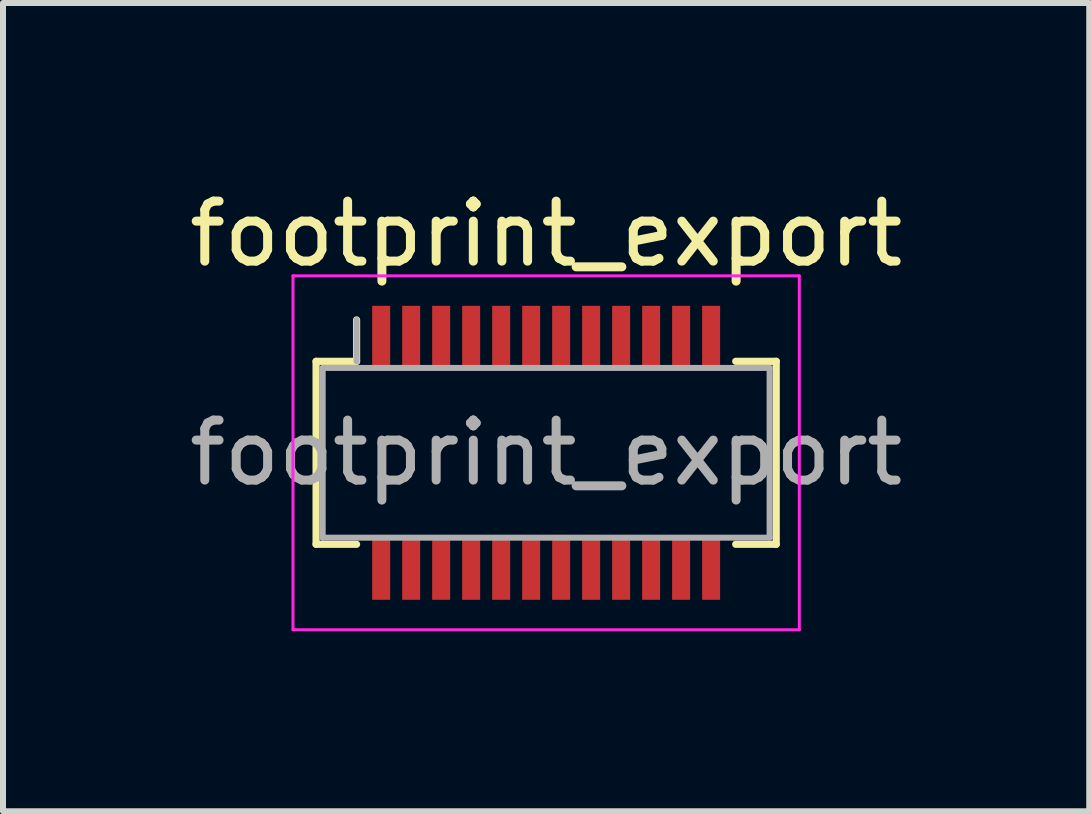
<source format=kicad_pcb>
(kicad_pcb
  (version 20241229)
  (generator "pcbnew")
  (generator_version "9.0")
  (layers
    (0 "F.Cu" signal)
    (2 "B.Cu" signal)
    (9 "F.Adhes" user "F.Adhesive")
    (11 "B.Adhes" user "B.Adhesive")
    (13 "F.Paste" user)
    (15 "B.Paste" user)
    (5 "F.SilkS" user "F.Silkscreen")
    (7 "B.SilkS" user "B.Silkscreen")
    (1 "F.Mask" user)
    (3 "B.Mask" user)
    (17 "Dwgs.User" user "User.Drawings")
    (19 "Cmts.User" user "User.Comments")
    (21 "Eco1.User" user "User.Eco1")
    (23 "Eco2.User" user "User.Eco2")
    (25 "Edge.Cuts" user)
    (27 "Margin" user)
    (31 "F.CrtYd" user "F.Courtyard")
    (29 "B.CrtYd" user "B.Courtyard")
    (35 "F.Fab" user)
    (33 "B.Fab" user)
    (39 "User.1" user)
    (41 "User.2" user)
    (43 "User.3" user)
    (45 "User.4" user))
  (footprint "footprint_export"
    (layer "F.Cu")
    (at 6.054 4.498)
    (property "Reference" "footprint_export" (at 0 -3.65 0) (layer "F.SilkS") (effects (font (size 1 1) (thickness 0.15))))
    (attr smd)
    (fp_line (start -3.835 -1.525) (end -3.16 -1.525) (stroke (width 0.12) (type solid)) (layer "F.SilkS"))
    (fp_line (start -3.835 1.525) (end -3.835 -1.525) (stroke (width 0.12) (type solid)) (layer "F.SilkS"))
    (fp_line (start -3.16 -1.525) (end -3.16 -2.215) (stroke (width 0.12) (type solid)) (layer "F.SilkS"))
    (fp_line (start -3.16 1.525) (end -3.835 1.525) (stroke (width 0.12) (type solid)) (layer "F.SilkS"))
    (fp_line (start 3.16 1.525) (end 3.835 1.525) (stroke (width 0.12) (type solid)) (layer "F.SilkS"))
    (fp_line (start 3.835 -1.525) (end 3.16 -1.525) (stroke (width 0.12) (type solid)) (layer "F.SilkS"))
    (fp_line (start 3.835 1.525) (end 3.835 -1.525) (stroke (width 0.12) (type solid)) (layer "F.SilkS"))
    (fp_line (start -4.22 -2.95) (end -4.22 2.95) (stroke (width 0.05) (type solid)) (layer "F.CrtYd"))
    (fp_line (start -4.22 2.95) (end 4.22 2.95) (stroke (width 0.05) (type solid)) (layer "F.CrtYd"))
    (fp_line (start 4.22 -2.95) (end -4.22 -2.95) (stroke (width 0.05) (type solid)) (layer "F.CrtYd"))
    (fp_line (start 4.22 2.95) (end 4.22 -2.95) (stroke (width 0.05) (type solid)) (layer "F.CrtYd"))
    (fp_line (start -3.725 -1.415) (end -3.725 1.415) (stroke (width 0.1) (type solid)) (layer "F.Fab"))
    (fp_line (start -3.725 1.415) (end 3.725 1.415) (stroke (width 0.1) (type solid)) (layer "F.Fab"))
    (fp_line (start -3.16 -1.525) (end -3.16 -2.215) (stroke (width 0.1) (type solid)) (layer "F.Fab"))
    (fp_line (start 3.725 -1.415) (end -3.725 -1.415) (stroke (width 0.1) (type solid)) (layer "F.Fab"))
    (fp_line (start 3.725 1.415) (end 3.725 -1.415) (stroke (width 0.1) (type solid)) (layer "F.Fab"))
    (fp_text user "${REFERENCE}" (at 0 0 0) (layer "F.Fab") (effects (font (size 1 1) (thickness 0.15))))
    (pad "1" smd rect (at -2.75 -1.95) (size 0.3 1) (layers "F.Cu" "F.Mask" "F.Paste"))
    (pad "2" smd rect (at -2.75 1.95) (size 0.3 1) (layers "F.Cu" "F.Mask" "F.Paste"))
    (pad "3" smd rect (at -2.25 -1.95) (size 0.3 1) (layers "F.Cu" "F.Mask" "F.Paste"))
    (pad "4" smd rect (at -2.25 1.95) (size 0.3 1) (layers "F.Cu" "F.Mask" "F.Paste"))
    (pad "5" smd rect (at -1.75 -1.95) (size 0.3 1) (layers "F.Cu" "F.Mask" "F.Paste"))
    (pad "6" smd rect (at -1.75 1.95) (size 0.3 1) (layers "F.Cu" "F.Mask" "F.Paste"))
    (pad "7" smd rect (at -1.25 -1.95) (size 0.3 1) (layers "F.Cu" "F.Mask" "F.Paste"))
    (pad "8" smd rect (at -1.25 1.95) (size 0.3 1) (layers "F.Cu" "F.Mask" "F.Paste"))
    (pad "9" smd rect (at -0.75 -1.95) (size 0.3 1) (layers "F.Cu" "F.Mask" "F.Paste"))
    (pad "10" smd rect (at -0.75 1.95) (size 0.3 1) (layers "F.Cu" "F.Mask" "F.Paste"))
    (pad "11" smd rect (at -0.25 -1.95) (size 0.3 1) (layers "F.Cu" "F.Mask" "F.Paste"))
    (pad "12" smd rect (at -0.25 1.95) (size 0.3 1) (layers "F.Cu" "F.Mask" "F.Paste"))
    (pad "13" smd rect (at 0.25 -1.95) (size 0.3 1) (layers "F.Cu" "F.Mask" "F.Paste"))
    (pad "14" smd rect (at 0.25 1.95) (size 0.3 1) (layers "F.Cu" "F.Mask" "F.Paste"))
    (pad "15" smd rect (at 0.75 -1.95) (size 0.3 1) (layers "F.Cu" "F.Mask" "F.Paste"))
    (pad "16" smd rect (at 0.75 1.95) (size 0.3 1) (layers "F.Cu" "F.Mask" "F.Paste"))
    (pad "17" smd rect (at 1.25 -1.95) (size 0.3 1) (layers "F.Cu" "F.Mask" "F.Paste"))
    (pad "18" smd rect (at 1.25 1.95) (size 0.3 1) (layers "F.Cu" "F.Mask" "F.Paste"))
    (pad "19" smd rect (at 1.75 -1.95) (size 0.3 1) (layers "F.Cu" "F.Mask" "F.Paste"))
    (pad "20" smd rect (at 1.75 1.95) (size 0.3 1) (layers "F.Cu" "F.Mask" "F.Paste"))
    (pad "21" smd rect (at 2.25 -1.95) (size 0.3 1) (layers "F.Cu" "F.Mask" "F.Paste"))
    (pad "22" smd rect (at 2.25 1.95) (size 0.3 1) (layers "F.Cu" "F.Mask" "F.Paste"))
    (pad "23" smd rect (at 2.75 -1.95) (size 0.3 1) (layers "F.Cu" "F.Mask" "F.Paste"))
    (pad "24" smd rect (at 2.75 1.95) (size 0.3 1) (layers "F.Cu" "F.Mask" "F.Paste")))
  (gr_rect
    (start -3 -3)
    (end 15.107 10.473)
    (stroke (width 0.1) (type default))
    (fill no)
    (layer "Edge.Cuts")))
</source>
